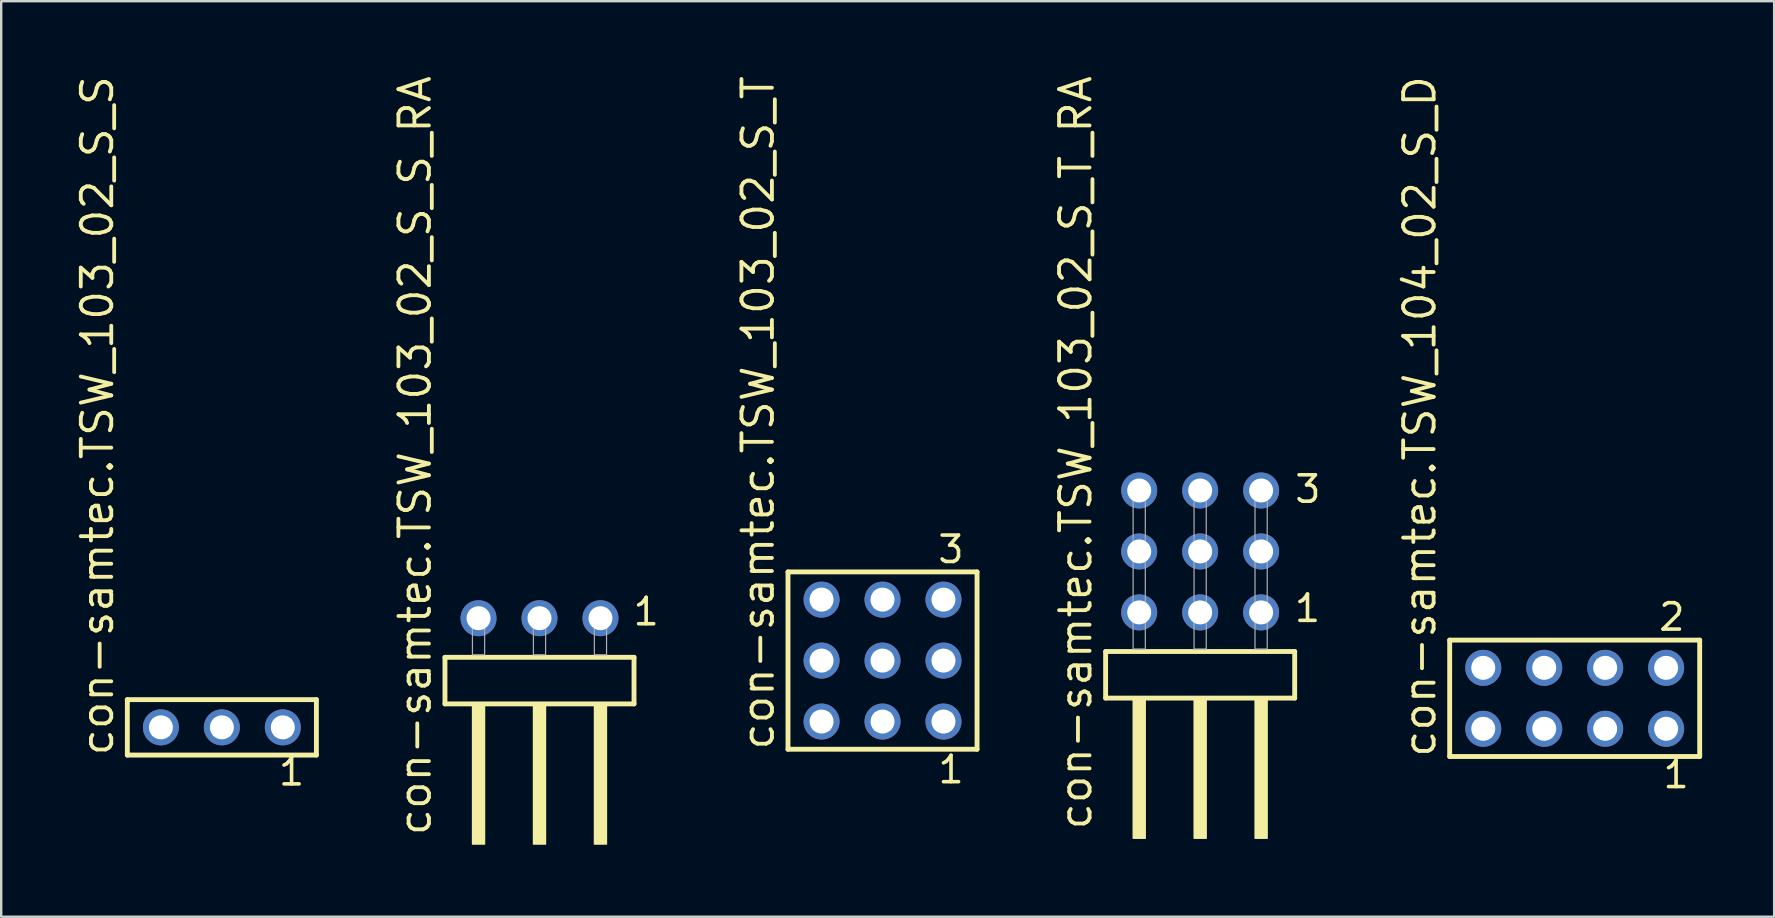
<source format=kicad_pcb>
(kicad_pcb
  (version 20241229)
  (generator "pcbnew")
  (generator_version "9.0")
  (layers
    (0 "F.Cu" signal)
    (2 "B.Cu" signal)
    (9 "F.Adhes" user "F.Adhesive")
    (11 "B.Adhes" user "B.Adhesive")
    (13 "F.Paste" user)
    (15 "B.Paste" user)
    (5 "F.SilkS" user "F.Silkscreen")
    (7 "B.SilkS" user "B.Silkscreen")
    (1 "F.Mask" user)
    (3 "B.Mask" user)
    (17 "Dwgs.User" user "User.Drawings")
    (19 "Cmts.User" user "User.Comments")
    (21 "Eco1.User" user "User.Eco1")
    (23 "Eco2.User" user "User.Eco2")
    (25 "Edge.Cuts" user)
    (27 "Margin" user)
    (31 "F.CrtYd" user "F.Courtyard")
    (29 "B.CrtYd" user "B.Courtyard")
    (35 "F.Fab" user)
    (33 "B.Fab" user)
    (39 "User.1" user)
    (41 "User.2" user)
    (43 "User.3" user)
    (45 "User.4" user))
  (footprint "con-samtec.TSW_104_02_S_D"
    (layer "F.Cu")
    (at 62.568 26.049)
    (property "Reference" "con-samtec.TSW_104_02_S_D" (at -5.715 2.54 90) (layer "F.SilkS") (effects (font (size 1.27 1.27) (thickness 0.16)) (justify left bottom)))
    (attr through_hole)
    (fp_line (start -5.209 -2.425) (end 5.209 -2.425) (stroke (width 0.203) (type default)) (layer "F.SilkS"))
    (fp_line (start -5.209 2.425) (end -5.209 -2.425) (stroke (width 0.203) (type default)) (layer "F.SilkS"))
    (fp_line (start 5.209 -2.425) (end 5.209 2.425) (stroke (width 0.203) (type default)) (layer "F.SilkS"))
    (fp_line (start 5.209 2.425) (end -5.209 2.425) (stroke (width 0.203) (type default)) (layer "F.SilkS"))
    (fp_rect (start -4.16 -0.92) (end -3.46 -1.62) (stroke (width 0.05) (type default)) (fill no) (layer "F.Fab"))
    (fp_rect (start -4.16 1.62) (end -3.46 0.92) (stroke (width 0.05) (type default)) (fill no) (layer "F.Fab"))
    (fp_rect (start -1.62 -0.92) (end -0.92 -1.62) (stroke (width 0.05) (type default)) (fill no) (layer "F.Fab"))
    (fp_rect (start -1.62 1.62) (end -0.92 0.92) (stroke (width 0.05) (type default)) (fill no) (layer "F.Fab"))
    (fp_rect (start 0.92 -0.92) (end 1.62 -1.62) (stroke (width 0.05) (type default)) (fill no) (layer "F.Fab"))
    (fp_rect (start 0.92 1.62) (end 1.62 0.92) (stroke (width 0.05) (type default)) (fill no) (layer "F.Fab"))
    (fp_rect (start 3.46 -0.92) (end 4.16 -1.62) (stroke (width 0.05) (type default)) (fill no) (layer "F.Fab"))
    (fp_rect (start 3.46 1.62) (end 4.16 0.92) (stroke (width 0.05) (type default)) (fill no) (layer "F.Fab"))
    (fp_text user "1" (at 3.602 3.818 0) (layer "F.SilkS") (effects (font (size 1.1 1.1) (thickness 0.15)) (justify left bottom)))
    (fp_text user "2" (at 3.427 -2.744 0) (layer "F.SilkS") (effects (font (size 1.1 1.1) (thickness 0.15)) (justify left bottom)))
    (pad "1" thru_hole circle (at 3.81 1.27 180) (size 1.5 1.5) (drill 1) (layers "*.Cu" "*.Mask"))
    (pad "2" thru_hole circle (at 3.81 -1.27 180) (size 1.5 1.5) (drill 1) (layers "*.Cu" "*.Mask"))
    (pad "3" thru_hole circle (at 1.27 1.27 180) (size 1.5 1.5) (drill 1) (layers "*.Cu" "*.Mask"))
    (pad "4" thru_hole circle (at 1.27 -1.27 180) (size 1.5 1.5) (drill 1) (layers "*.Cu" "*.Mask"))
    (pad "5" thru_hole circle (at -1.27 1.27 180) (size 1.5 1.5) (drill 1) (layers "*.Cu" "*.Mask"))
    (pad "6" thru_hole circle (at -1.27 -1.27 180) (size 1.5 1.5) (drill 1) (layers "*.Cu" "*.Mask"))
    (pad "7" thru_hole circle (at -3.81 1.27 180) (size 1.5 1.5) (drill 1) (layers "*.Cu" "*.Mask"))
    (pad "8" thru_hole circle (at -3.81 -1.27 180) (size 1.5 1.5) (drill 1) (layers "*.Cu" "*.Mask")))
  (footprint "con-samtec.TSW_103_02_S_S"
    (layer "F.Cu")
    (at 6.195 27.259)
    (property "Reference" "con-samtec.TSW_103_02_S_S" (at -4.445 1.27 90) (layer "F.SilkS") (effects (font (size 1.27 1.27) (thickness 0.16)) (justify left bottom)))
    (attr through_hole)
    (fp_line (start -3.939 -1.155) (end 3.939 -1.155) (stroke (width 0.203) (type default)) (layer "F.SilkS"))
    (fp_line (start -3.939 1.155) (end -3.939 -1.155) (stroke (width 0.203) (type default)) (layer "F.SilkS"))
    (fp_line (start 3.939 -1.155) (end 3.939 1.155) (stroke (width 0.203) (type default)) (layer "F.SilkS"))
    (fp_line (start 3.939 1.155) (end -3.939 1.155) (stroke (width 0.203) (type default)) (layer "F.SilkS"))
    (fp_rect (start -2.89 0.35) (end -2.19 -0.35) (stroke (width 0.05) (type default)) (fill no) (layer "F.Fab"))
    (fp_rect (start -0.35 0.35) (end 0.35 -0.35) (stroke (width 0.05) (type default)) (fill no) (layer "F.Fab"))
    (fp_rect (start 2.19 0.35) (end 2.89 -0.35) (stroke (width 0.05) (type default)) (fill no) (layer "F.Fab"))
    (fp_text user "1" (at 2.282 2.498 0) (layer "F.SilkS") (effects (font (size 1.1 1.1) (thickness 0.15)) (justify left bottom)))
    (pad "1" thru_hole circle (at 2.54 0 180) (size 1.5 1.5) (drill 1) (layers "*.Cu" "*.Mask"))
    (pad "2" thru_hole circle (at 0 0 180) (size 1.5 1.5) (drill 1) (layers "*.Cu" "*.Mask"))
    (pad "3" thru_hole circle (at -2.54 0 180) (size 1.5 1.5) (drill 1) (layers "*.Cu" "*.Mask")))
  (footprint "con-samtec.TSW_103_02_S_T"
    (layer "F.Cu")
    (at 33.725 24.477)
    (property "Reference" "con-samtec.TSW_103_02_S_T" (at -4.445 3.81 90) (layer "F.SilkS") (effects (font (size 1.27 1.27) (thickness 0.16)) (justify left bottom)))
    (attr through_hole)
    (fp_line (start -3.939 -3.695) (end 3.939 -3.695) (stroke (width 0.203) (type default)) (layer "F.SilkS"))
    (fp_line (start -3.939 3.695) (end -3.939 -3.695) (stroke (width 0.203) (type default)) (layer "F.SilkS"))
    (fp_line (start 3.939 -3.695) (end 3.939 3.695) (stroke (width 0.203) (type default)) (layer "F.SilkS"))
    (fp_line (start 3.939 3.695) (end -3.939 3.695) (stroke (width 0.203) (type default)) (layer "F.SilkS"))
    (fp_rect (start -2.89 -2.19) (end -2.19 -2.89) (stroke (width 0.05) (type default)) (fill no) (layer "F.Fab"))
    (fp_rect (start -2.89 0.35) (end -2.19 -0.35) (stroke (width 0.05) (type default)) (fill no) (layer "F.Fab"))
    (fp_rect (start -2.89 2.89) (end -2.19 2.19) (stroke (width 0.05) (type default)) (fill no) (layer "F.Fab"))
    (fp_rect (start -0.35 -2.19) (end 0.35 -2.89) (stroke (width 0.05) (type default)) (fill no) (layer "F.Fab"))
    (fp_rect (start -0.35 0.35) (end 0.35 -0.35) (stroke (width 0.05) (type default)) (fill no) (layer "F.Fab"))
    (fp_rect (start -0.35 2.89) (end 0.35 2.19) (stroke (width 0.05) (type default)) (fill no) (layer "F.Fab"))
    (fp_rect (start 2.19 -2.19) (end 2.89 -2.89) (stroke (width 0.05) (type default)) (fill no) (layer "F.Fab"))
    (fp_rect (start 2.19 0.35) (end 2.89 -0.35) (stroke (width 0.05) (type default)) (fill no) (layer "F.Fab"))
    (fp_rect (start 2.19 2.89) (end 2.89 2.19) (stroke (width 0.05) (type default)) (fill no) (layer "F.Fab"))
    (fp_text user "1" (at 2.232 5.188 0) (layer "F.SilkS") (effects (font (size 1.1 1.1) (thickness 0.15)) (justify left bottom)))
    (fp_text user "3" (at 2.228 -3.989 0) (layer "F.SilkS") (effects (font (size 1.1 1.1) (thickness 0.15)) (justify left bottom)))
    (pad "1" thru_hole circle (at 2.54 2.54 180) (size 1.5 1.5) (drill 1) (layers "*.Cu" "*.Mask"))
    (pad "2" thru_hole circle (at 2.54 0 180) (size 1.5 1.5) (drill 1) (layers "*.Cu" "*.Mask"))
    (pad "3" thru_hole circle (at 2.54 -2.54 180) (size 1.5 1.5) (drill 1) (layers "*.Cu" "*.Mask"))
    (pad "4" thru_hole circle (at 0 2.54 180) (size 1.5 1.5) (drill 1) (layers "*.Cu" "*.Mask"))
    (pad "5" thru_hole circle (at 0 0 180) (size 1.5 1.5) (drill 1) (layers "*.Cu" "*.Mask"))
    (pad "6" thru_hole circle (at 0 -2.54 180) (size 1.5 1.5) (drill 1) (layers "*.Cu" "*.Mask"))
    (pad "7" thru_hole circle (at -2.54 2.54 180) (size 1.5 1.5) (drill 1) (layers "*.Cu" "*.Mask"))
    (pad "8" thru_hole circle (at -2.54 0 180) (size 1.5 1.5) (drill 1) (layers "*.Cu" "*.Mask"))
    (pad "9" thru_hole circle (at -2.54 -2.54 180) (size 1.5 1.5) (drill 1) (layers "*.Cu" "*.Mask")))
  (footprint "con-samtec.TSW_103_02_S_S_RA"
    (layer "F.Cu")
    (at 19.431 24.235)
    (property "Reference" "con-samtec.TSW_103_02_S_S_RA" (at -4.445 7.62 90) (layer "F.SilkS") (effects (font (size 1.27 1.27) (thickness 0.16)) (justify left bottom)))
    (attr through_hole)
    (fp_line (start -3.939 0.106) (end -3.939 2.046) (stroke (width 0.203) (type default)) (layer "F.SilkS"))
    (fp_line (start -3.939 2.046) (end 3.939 2.046) (stroke (width 0.203) (type default)) (layer "F.SilkS"))
    (fp_line (start 3.939 0.106) (end -3.939 0.106) (stroke (width 0.203) (type default)) (layer "F.SilkS"))
    (fp_line (start 3.939 2.046) (end 3.939 0.106) (stroke (width 0.203) (type default)) (layer "F.SilkS"))
    (fp_rect (start -2.794 7.89) (end -2.286 2.04) (stroke (width 0.05) (type default)) (fill yes) (layer "F.SilkS"))
    (fp_rect (start -0.254 7.89) (end 0.254 2.04) (stroke (width 0.05) (type default)) (fill yes) (layer "F.SilkS"))
    (fp_rect (start 2.286 7.89) (end 2.794 2.04) (stroke (width 0.05) (type default)) (fill yes) (layer "F.SilkS"))
    (fp_rect (start -2.794 0) (end -2.286 -1.778) (stroke (width 0.05) (type default)) (fill no) (layer "F.Fab"))
    (fp_rect (start -0.254 0) (end 0.254 -1.778) (stroke (width 0.05) (type default)) (fill no) (layer "F.Fab"))
    (fp_rect (start 2.286 0) (end 2.794 -1.778) (stroke (width 0.05) (type default)) (fill no) (layer "F.Fab"))
    (fp_text user "1" (at 3.822 -1.152 0) (layer "F.SilkS") (effects (font (size 1.1 1.1) (thickness 0.15)) (justify left bottom)))
    (pad "1" thru_hole circle (at 2.54 -1.524 180) (size 1.5 1.5) (drill 1) (layers "*.Cu" "*.Mask"))
    (pad "2" thru_hole circle (at 0 -1.524 180) (size 1.5 1.5) (drill 1) (layers "*.Cu" "*.Mask"))
    (pad "3" thru_hole circle (at -2.54 -1.524 180) (size 1.5 1.5) (drill 1) (layers "*.Cu" "*.Mask")))
  (footprint "con-samtec.TSW_103_02_S_T_RA"
    (layer "F.Cu")
    (at 46.961 23.993)
    (property "Reference" "con-samtec.TSW_103_02_S_T_RA" (at -4.445 7.62 90) (layer "F.SilkS") (effects (font (size 1.27 1.27) (thickness 0.16)) (justify left bottom)))
    (attr through_hole)
    (fp_line (start -3.939 0.106) (end -3.939 2.046) (stroke (width 0.203) (type default)) (layer "F.SilkS"))
    (fp_line (start -3.939 2.046) (end 3.939 2.046) (stroke (width 0.203) (type default)) (layer "F.SilkS"))
    (fp_line (start 3.939 0.106) (end -3.939 0.106) (stroke (width 0.203) (type default)) (layer "F.SilkS"))
    (fp_line (start 3.939 2.046) (end 3.939 0.106) (stroke (width 0.203) (type default)) (layer "F.SilkS"))
    (fp_rect (start -2.794 7.89) (end -2.286 2.04) (stroke (width 0.05) (type default)) (fill yes) (layer "F.SilkS"))
    (fp_rect (start -0.254 7.89) (end 0.254 2.04) (stroke (width 0.05) (type default)) (fill yes) (layer "F.SilkS"))
    (fp_rect (start 2.286 7.89) (end 2.794 2.04) (stroke (width 0.05) (type default)) (fill yes) (layer "F.SilkS"))
    (fp_rect (start -2.794 0) (end -2.286 -6.858) (stroke (width 0.05) (type default)) (fill no) (layer "F.Fab"))
    (fp_rect (start -0.254 0) (end 0.254 -6.858) (stroke (width 0.05) (type default)) (fill no) (layer "F.Fab"))
    (fp_rect (start 2.286 0) (end 2.794 -6.858) (stroke (width 0.05) (type default)) (fill no) (layer "F.Fab"))
    (fp_text user "3" (at 3.865 -6.015 0) (layer "F.SilkS") (effects (font (size 1.1 1.1) (thickness 0.15)) (justify left bottom)))
    (fp_text user "1" (at 3.85 -1.05 0) (layer "F.SilkS") (effects (font (size 1.1 1.1) (thickness 0.15)) (justify left bottom)))
    (pad "1" thru_hole circle (at 2.54 -1.524 180) (size 1.5 1.5) (drill 1) (layers "*.Cu" "*.Mask"))
    (pad "2" thru_hole circle (at 2.54 -4.064 180) (size 1.5 1.5) (drill 1) (layers "*.Cu" "*.Mask"))
    (pad "3" thru_hole circle (at 2.54 -6.604 180) (size 1.5 1.5) (drill 1) (layers "*.Cu" "*.Mask"))
    (pad "4" thru_hole circle (at 0 -1.524 180) (size 1.5 1.5) (drill 1) (layers "*.Cu" "*.Mask"))
    (pad "5" thru_hole circle (at 0 -4.064 180) (size 1.5 1.5) (drill 1) (layers "*.Cu" "*.Mask"))
    (pad "6" thru_hole circle (at 0 -6.604 180) (size 1.5 1.5) (drill 1) (layers "*.Cu" "*.Mask"))
    (pad "7" thru_hole circle (at -2.54 -1.524 180) (size 1.5 1.5) (drill 1) (layers "*.Cu" "*.Mask"))
    (pad "8" thru_hole circle (at -2.54 -4.064 180) (size 1.5 1.5) (drill 1) (layers "*.Cu" "*.Mask"))
    (pad "9" thru_hole circle (at -2.54 -6.604 180) (size 1.5 1.5) (drill 1) (layers "*.Cu" "*.Mask")))
  (gr_rect
    (start -3 -3)
    (end 70.879 35.15)
    (stroke (width 0.1) (type default))
    (fill no)
    (layer "Edge.Cuts")))
</source>
